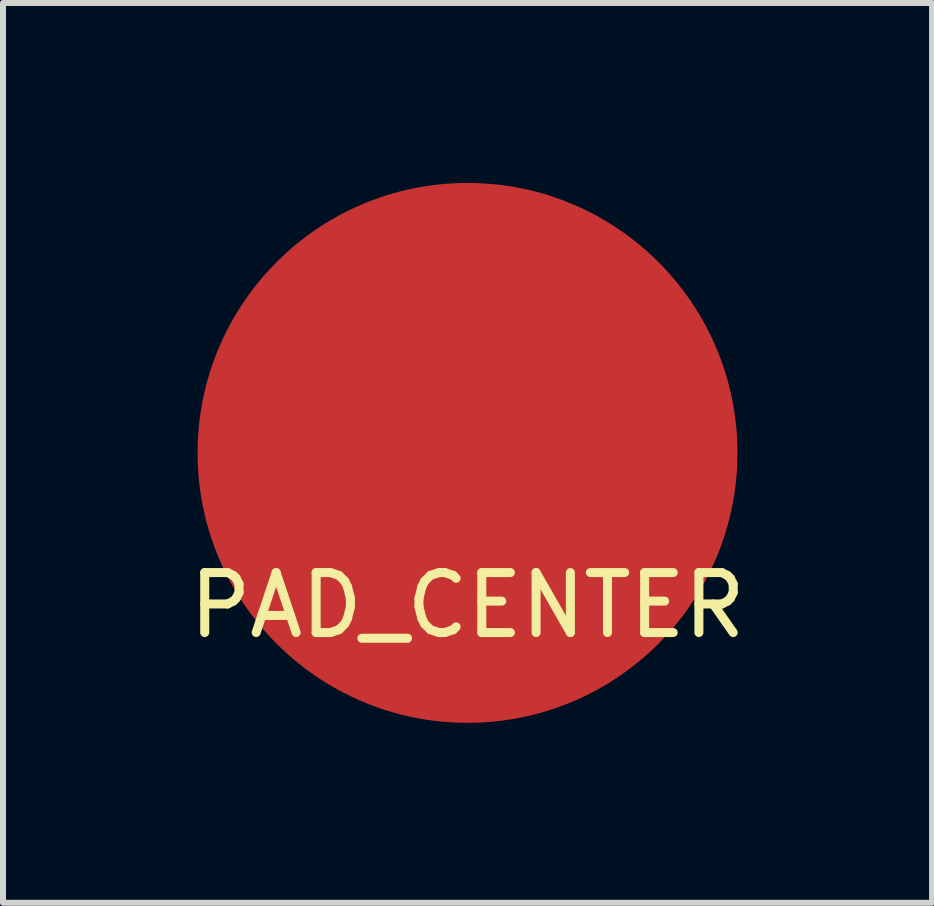
<source format=kicad_pcb>
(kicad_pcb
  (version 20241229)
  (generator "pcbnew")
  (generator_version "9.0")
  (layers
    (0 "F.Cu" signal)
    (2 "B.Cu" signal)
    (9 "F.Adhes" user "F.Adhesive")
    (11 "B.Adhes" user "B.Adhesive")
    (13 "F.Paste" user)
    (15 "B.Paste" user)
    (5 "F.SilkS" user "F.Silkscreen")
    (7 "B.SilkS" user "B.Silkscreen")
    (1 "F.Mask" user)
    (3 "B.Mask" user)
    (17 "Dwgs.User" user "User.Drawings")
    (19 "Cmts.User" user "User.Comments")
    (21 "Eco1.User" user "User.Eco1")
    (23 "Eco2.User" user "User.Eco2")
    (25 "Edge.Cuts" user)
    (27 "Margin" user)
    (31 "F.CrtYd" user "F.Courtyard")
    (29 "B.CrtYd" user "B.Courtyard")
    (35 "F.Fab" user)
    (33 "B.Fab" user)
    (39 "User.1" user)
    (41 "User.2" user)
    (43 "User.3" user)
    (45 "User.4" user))
  (footprint "PAD_CENTER"
    (placed yes)
    (layer "F.Cu")
    (at 4.744 4.5)
    (property "Reference" "PAD_CENTER" (at 0 2.54 0) (layer "F.SilkS") (effects (font (size 1 1) (thickness 0.15))))
    (attr through_hole)
    (pad "1" smd circle (at 0 0) (size 9 9) (layers "F.Cu" "F.Mask")))
  (gr_rect
    (start -3 -3)
    (end 12.488 12)
    (stroke (width 0.1) (type default))
    (fill no)
    (layer "Edge.Cuts")))
</source>
